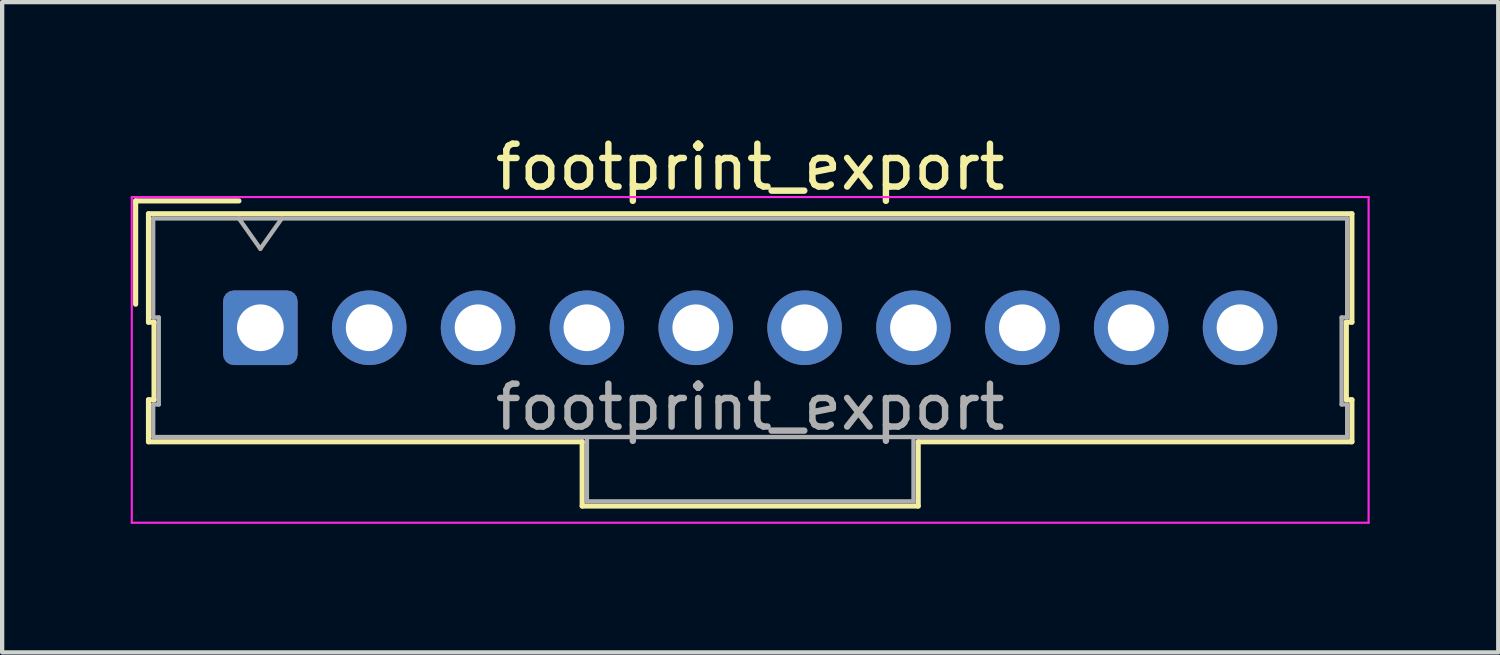
<source format=kicad_pcb>
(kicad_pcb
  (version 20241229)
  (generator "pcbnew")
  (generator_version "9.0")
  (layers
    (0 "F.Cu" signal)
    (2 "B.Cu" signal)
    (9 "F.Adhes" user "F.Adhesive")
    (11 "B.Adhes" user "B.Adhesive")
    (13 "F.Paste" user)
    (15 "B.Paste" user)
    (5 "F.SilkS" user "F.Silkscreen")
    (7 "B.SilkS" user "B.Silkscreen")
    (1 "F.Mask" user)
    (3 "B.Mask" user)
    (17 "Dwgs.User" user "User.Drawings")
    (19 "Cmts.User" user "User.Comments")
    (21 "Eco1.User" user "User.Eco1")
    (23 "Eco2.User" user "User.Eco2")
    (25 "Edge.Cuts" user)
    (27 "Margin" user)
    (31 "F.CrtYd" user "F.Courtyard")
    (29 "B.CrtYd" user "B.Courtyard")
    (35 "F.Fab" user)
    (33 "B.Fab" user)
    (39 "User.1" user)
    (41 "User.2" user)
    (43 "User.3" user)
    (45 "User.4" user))
  (footprint "footprint_export"
    (layer "F.Cu")
    (at 3.025 4.598)
    (property "Reference" "footprint_export" (at 11.43 -3.75 0) (layer "F.SilkS") (effects (font (size 1 1) (thickness 0.15))))
    (attr through_hole)
    (fp_line (start -2.91 -2.96) (end -0.5 -2.96) (stroke (width 0.12) (type solid)) (layer "F.SilkS"))
    (fp_line (start -2.91 -0.55) (end -2.91 -2.96) (stroke (width 0.12) (type solid)) (layer "F.SilkS"))
    (fp_line (start -2.61 -2.66) (end -2.61 -0.13) (stroke (width 0.12) (type solid)) (layer "F.SilkS"))
    (fp_line (start -2.61 -0.13) (end -2.48 -0.13) (stroke (width 0.12) (type solid)) (layer "F.SilkS"))
    (fp_line (start -2.61 1.68) (end -2.61 2.66) (stroke (width 0.12) (type solid)) (layer "F.SilkS"))
    (fp_line (start -2.61 2.66) (end 7.51 2.66) (stroke (width 0.12) (type solid)) (layer "F.SilkS"))
    (fp_line (start -2.48 -0.13) (end -2.48 1.68) (stroke (width 0.12) (type solid)) (layer "F.SilkS"))
    (fp_line (start -2.48 1.68) (end -2.61 1.68) (stroke (width 0.12) (type solid)) (layer "F.SilkS"))
    (fp_line (start 7.51 2.66) (end 7.51 4.16) (stroke (width 0.12) (type solid)) (layer "F.SilkS"))
    (fp_line (start 7.51 4.16) (end 15.35 4.16) (stroke (width 0.12) (type solid)) (layer "F.SilkS"))
    (fp_line (start 15.35 2.66) (end 25.47 2.66) (stroke (width 0.12) (type solid)) (layer "F.SilkS"))
    (fp_line (start 15.35 4.16) (end 15.35 2.66) (stroke (width 0.12) (type solid)) (layer "F.SilkS"))
    (fp_line (start 25.34 -0.13) (end 25.47 -0.13) (stroke (width 0.12) (type solid)) (layer "F.SilkS"))
    (fp_line (start 25.34 1.68) (end 25.34 -0.13) (stroke (width 0.12) (type solid)) (layer "F.SilkS"))
    (fp_line (start 25.47 -2.66) (end -2.61 -2.66) (stroke (width 0.12) (type solid)) (layer "F.SilkS"))
    (fp_line (start 25.47 -0.13) (end 25.47 -2.66) (stroke (width 0.12) (type solid)) (layer "F.SilkS"))
    (fp_line (start 25.47 1.68) (end 25.34 1.68) (stroke (width 0.12) (type solid)) (layer "F.SilkS"))
    (fp_line (start 25.47 2.66) (end 25.47 1.68) (stroke (width 0.12) (type solid)) (layer "F.SilkS"))
    (fp_line (start -3 -3.05) (end -3 4.55) (stroke (width 0.05) (type solid)) (layer "F.CrtYd"))
    (fp_line (start -3 4.55) (end 25.86 4.55) (stroke (width 0.05) (type solid)) (layer "F.CrtYd"))
    (fp_line (start 25.86 -3.05) (end -3 -3.05) (stroke (width 0.05) (type solid)) (layer "F.CrtYd"))
    (fp_line (start 25.86 4.55) (end 25.86 -3.05) (stroke (width 0.05) (type solid)) (layer "F.CrtYd"))
    (fp_line (start -2.5 -2.55) (end -2.5 -0.24) (stroke (width 0.1) (type solid)) (layer "F.Fab"))
    (fp_line (start -2.5 -0.24) (end -2.37 -0.24) (stroke (width 0.1) (type solid)) (layer "F.Fab"))
    (fp_line (start -2.5 1.79) (end -2.5 2.55) (stroke (width 0.1) (type solid)) (layer "F.Fab"))
    (fp_line (start -2.5 2.55) (end 25.36 2.55) (stroke (width 0.1) (type solid)) (layer "F.Fab"))
    (fp_line (start -2.37 -0.24) (end -2.37 1.79) (stroke (width 0.1) (type solid)) (layer "F.Fab"))
    (fp_line (start -2.37 1.79) (end -2.5 1.79) (stroke (width 0.1) (type solid)) (layer "F.Fab"))
    (fp_line (start 0 -1.843) (end -0.5 -2.55) (stroke (width 0.1) (type solid)) (layer "F.Fab"))
    (fp_line (start 0.5 -2.55) (end 0 -1.843) (stroke (width 0.1) (type solid)) (layer "F.Fab"))
    (fp_line (start 7.62 2.55) (end 7.62 4.05) (stroke (width 0.1) (type solid)) (layer "F.Fab"))
    (fp_line (start 7.62 4.05) (end 15.24 4.05) (stroke (width 0.1) (type solid)) (layer "F.Fab"))
    (fp_line (start 15.24 4.05) (end 15.24 2.55) (stroke (width 0.1) (type solid)) (layer "F.Fab"))
    (fp_line (start 25.23 -0.24) (end 25.36 -0.24) (stroke (width 0.1) (type solid)) (layer "F.Fab"))
    (fp_line (start 25.23 1.79) (end 25.23 -0.24) (stroke (width 0.1) (type solid)) (layer "F.Fab"))
    (fp_line (start 25.36 -2.55) (end -2.5 -2.55) (stroke (width 0.1) (type solid)) (layer "F.Fab"))
    (fp_line (start 25.36 -0.24) (end 25.36 -2.55) (stroke (width 0.1) (type solid)) (layer "F.Fab"))
    (fp_line (start 25.36 1.79) (end 25.23 1.79) (stroke (width 0.1) (type solid)) (layer "F.Fab"))
    (fp_line (start 25.36 2.55) (end 25.36 1.79) (stroke (width 0.1) (type solid)) (layer "F.Fab"))
    (fp_text user "${REFERENCE}" (at 11.43 1.85 0) (layer "F.Fab") (effects (font (size 1 1) (thickness 0.15))))
    (pad "1" thru_hole roundrect (at 0 0) (size 1.74 1.74) (drill 1.09) (layers "*.Cu" "*.Mask") (roundrect_rratio 0.144))
    (pad "2" thru_hole circle (at 2.54 0) (size 1.74 1.74) (drill 1.09) (layers "*.Cu" "*.Mask"))
    (pad "3" thru_hole circle (at 5.08 0) (size 1.74 1.74) (drill 1.09) (layers "*.Cu" "*.Mask"))
    (pad "4" thru_hole circle (at 7.62 0) (size 1.74 1.74) (drill 1.09) (layers "*.Cu" "*.Mask"))
    (pad "5" thru_hole circle (at 10.16 0) (size 1.74 1.74) (drill 1.09) (layers "*.Cu" "*.Mask"))
    (pad "6" thru_hole circle (at 12.7 0) (size 1.74 1.74) (drill 1.09) (layers "*.Cu" "*.Mask"))
    (pad "7" thru_hole circle (at 15.24 0) (size 1.74 1.74) (drill 1.09) (layers "*.Cu" "*.Mask"))
    (pad "8" thru_hole circle (at 17.78 0) (size 1.74 1.74) (drill 1.09) (layers "*.Cu" "*.Mask"))
    (pad "9" thru_hole circle (at 20.32 0) (size 1.74 1.74) (drill 1.09) (layers "*.Cu" "*.Mask"))
    (pad "10" thru_hole circle (at 22.86 0) (size 1.74 1.74) (drill 1.09) (layers "*.Cu" "*.Mask")))
  (gr_rect
    (start -3 -3)
    (end 31.91 12.173)
    (stroke (width 0.1) (type default))
    (fill no)
    (layer "Edge.Cuts")))
</source>
